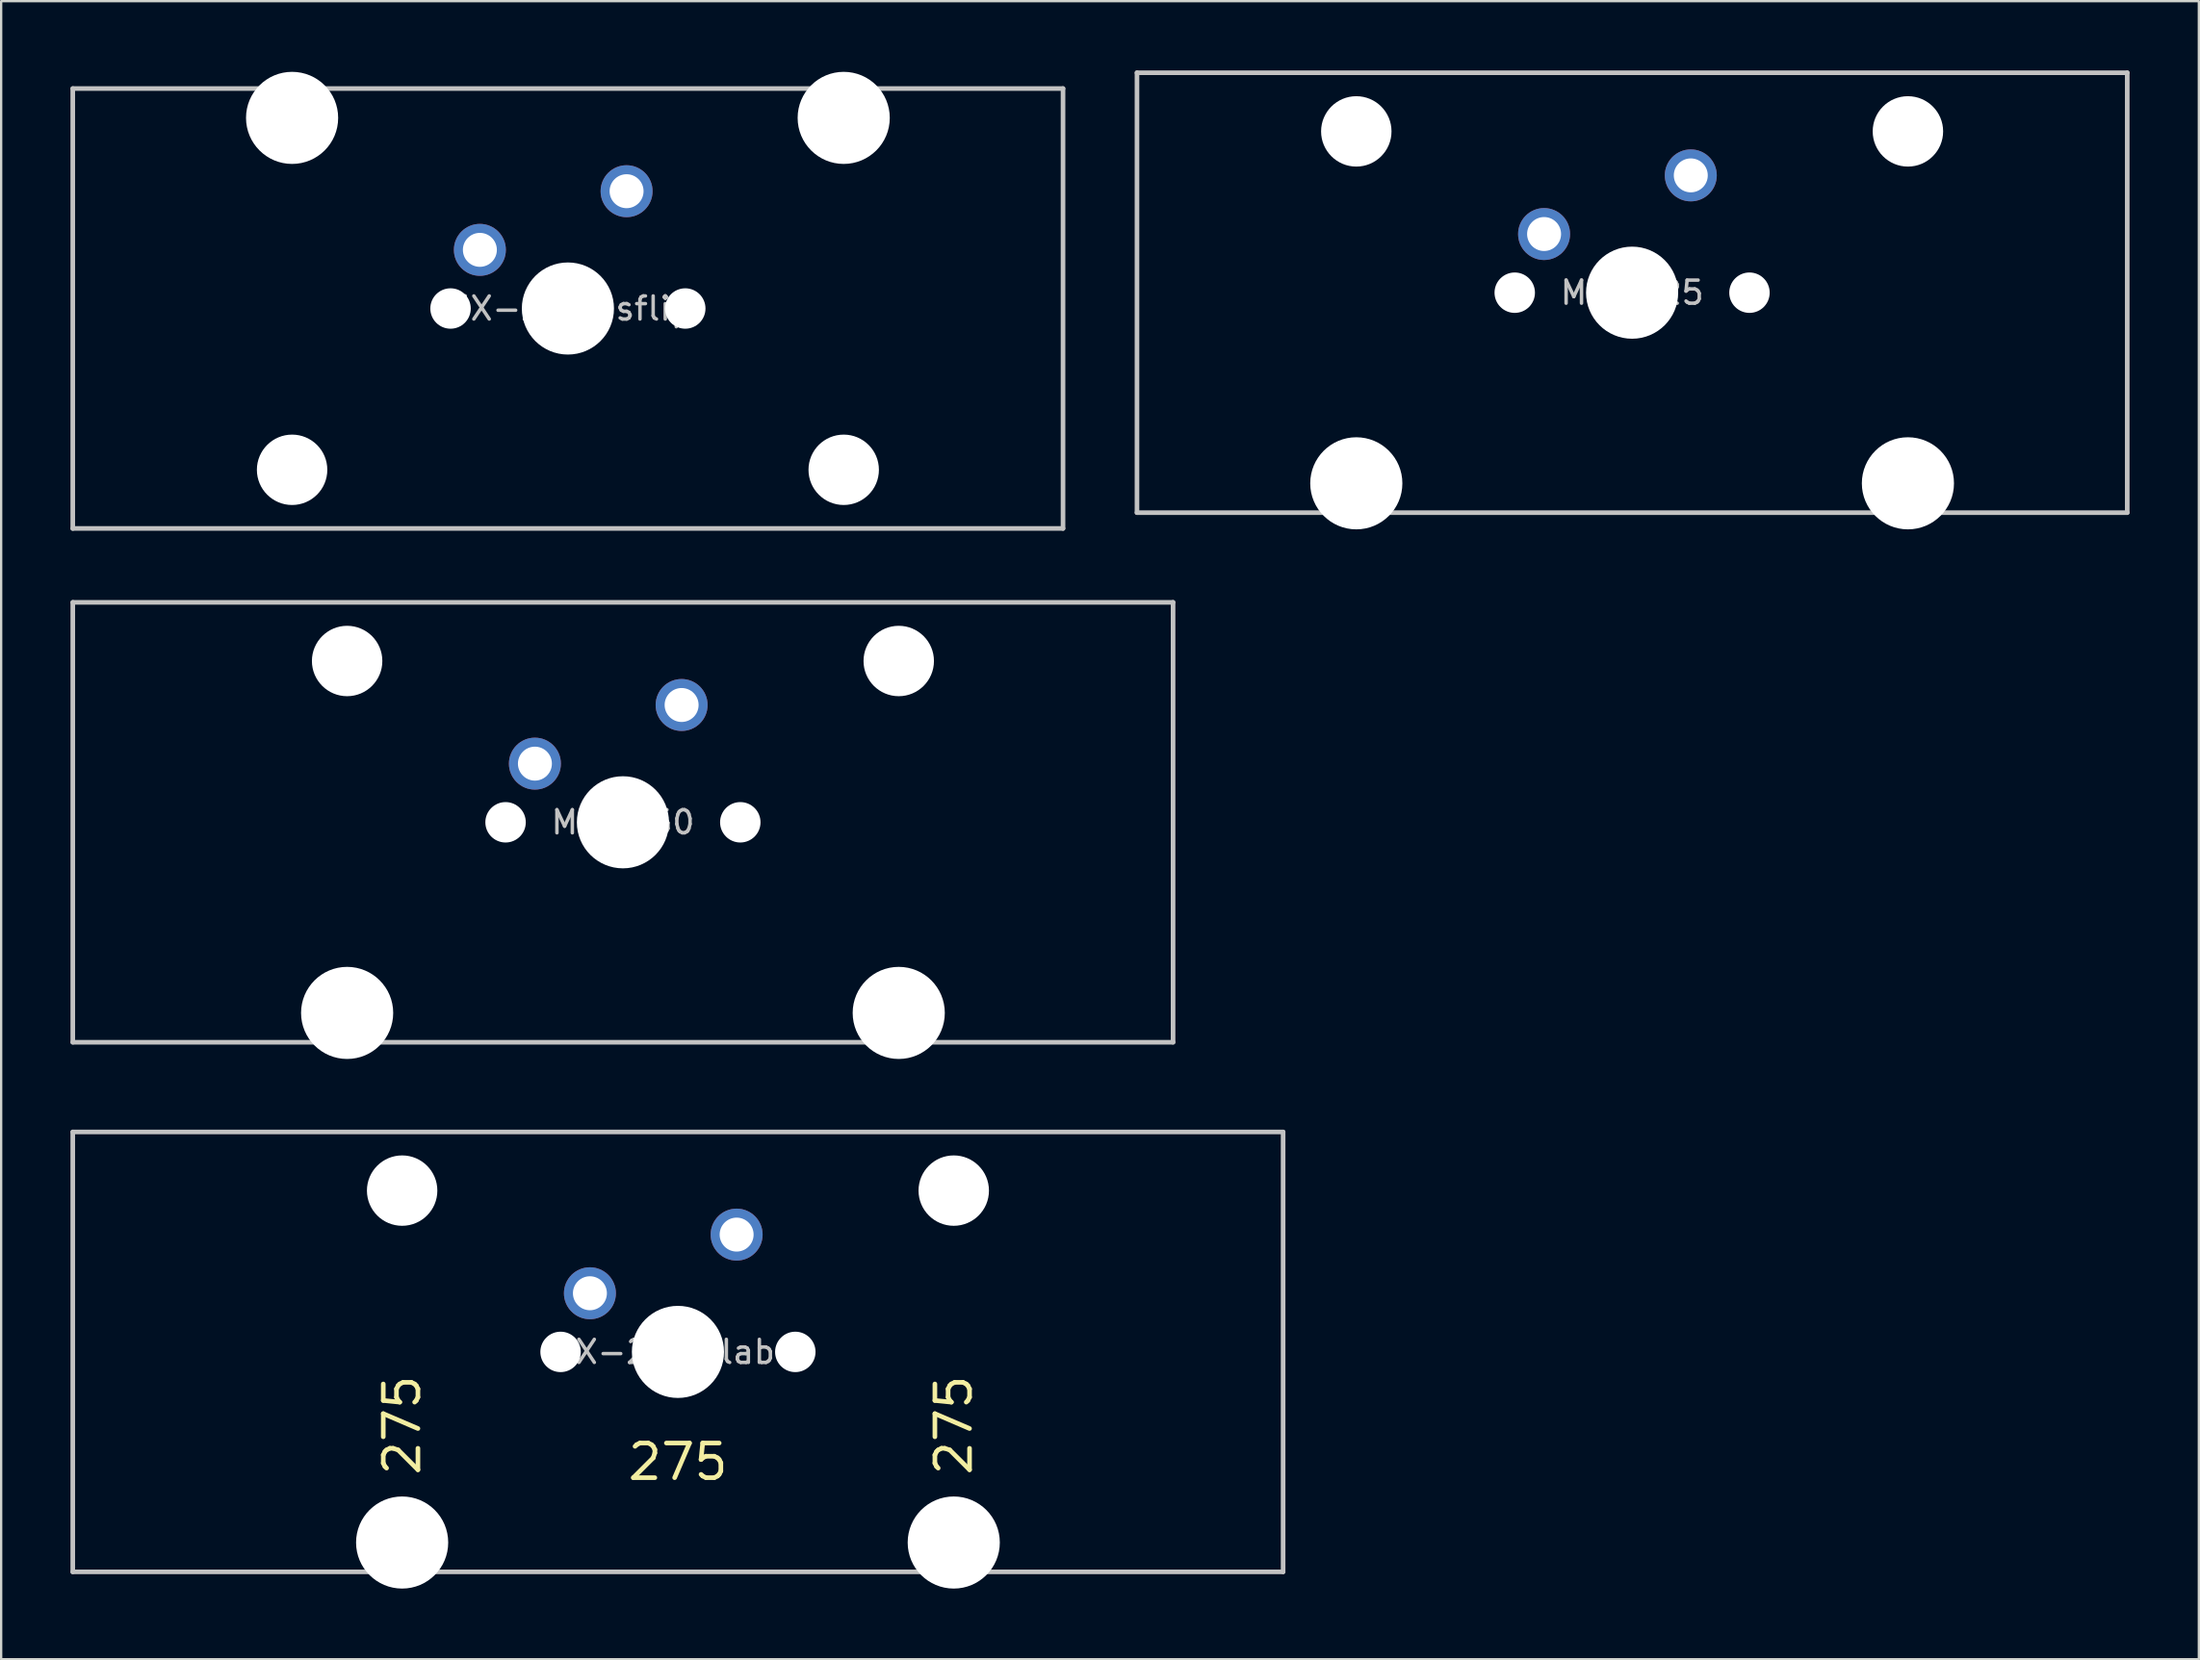
<source format=kicad_pcb>
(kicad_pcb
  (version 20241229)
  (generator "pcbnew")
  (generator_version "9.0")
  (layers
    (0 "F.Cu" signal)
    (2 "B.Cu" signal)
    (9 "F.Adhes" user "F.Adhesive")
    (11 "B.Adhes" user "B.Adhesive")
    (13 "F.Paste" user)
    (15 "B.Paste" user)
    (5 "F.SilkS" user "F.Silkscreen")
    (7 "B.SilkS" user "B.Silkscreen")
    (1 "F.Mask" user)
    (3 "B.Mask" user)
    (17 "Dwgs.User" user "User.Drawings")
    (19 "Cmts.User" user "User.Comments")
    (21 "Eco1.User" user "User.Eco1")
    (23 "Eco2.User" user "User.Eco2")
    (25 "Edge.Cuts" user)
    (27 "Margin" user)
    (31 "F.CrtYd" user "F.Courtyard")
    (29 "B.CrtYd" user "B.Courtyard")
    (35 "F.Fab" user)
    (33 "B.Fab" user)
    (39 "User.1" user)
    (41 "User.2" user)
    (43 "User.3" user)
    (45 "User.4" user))
  (footprint "MX-225"
    (layer "F.Cu")
    (at 67.594 9.625)
    (property "Reference" "MX-225" (at 0 0 0) (layer "Dwgs.User") (effects (font (size 1 1) (thickness 0.15))))
    (attr through_hole)
    (fp_line (start -21.431 9.525) (end -21.431 -9.525) (stroke (width 0.2) (type solid)) (layer "Dwgs.User"))
    (fp_line (start 21.431 -9.525) (end -21.431 -9.525) (stroke (width 0.2) (type solid)) (layer "Dwgs.User"))
    (fp_line (start 21.431 -9.525) (end 21.431 9.525) (stroke (width 0.2) (type solid)) (layer "Dwgs.User"))
    (fp_line (start 21.431 9.525) (end -21.431 9.525) (stroke (width 0.2) (type solid)) (layer "Dwgs.User"))
    (fp_line (start -15.368 -8.95) (end -15.368 10.25) (stroke (width 0.12) (type solid)) (layer "Eco1.User"))
    (fp_line (start -15.368 10.25) (end 15.368 10.25) (stroke (width 0.12) (type solid)) (layer "Eco1.User"))
    (fp_line (start -8.508 -8.95) (end -15.368 -8.95) (stroke (width 0.12) (type solid)) (layer "Eco1.User"))
    (fp_line (start -8.508 7) (end -8.508 -8.95) (stroke (width 0.12) (type solid)) (layer "Eco1.User"))
    (fp_line (start -7 -7) (end -7 7) (stroke (width 0.12) (type solid)) (layer "Eco1.User"))
    (fp_line (start -7 -7) (end 7 -7) (stroke (width 0.12) (type solid)) (layer "Eco1.User"))
    (fp_line (start -7 7) (end -8.508 7) (stroke (width 0.12) (type solid)) (layer "Eco1.User"))
    (fp_line (start 7 -7) (end 7 7) (stroke (width 0.12) (type solid)) (layer "Eco1.User"))
    (fp_line (start 8.508 -8.95) (end 8.508 7) (stroke (width 0.12) (type solid)) (layer "Eco1.User"))
    (fp_line (start 8.508 7) (end 7 7) (stroke (width 0.12) (type solid)) (layer "Eco1.User"))
    (fp_line (start 15.368 -8.95) (end 8.508 -8.95) (stroke (width 0.12) (type solid)) (layer "Eco1.User"))
    (fp_line (start 15.368 10.25) (end 15.368 -8.95) (stroke (width 0.12) (type solid)) (layer "Eco1.User"))
    (fp_circle (center -11.938 -6.985) (end -9.438 -6.985) (stroke (width 0.12) (type solid)) (fill no) (layer "Eco2.User"))
    (fp_circle (center 11.938 -6.985) (end 14.438 -6.985) (stroke (width 0.12) (type solid)) (fill no) (layer "Eco2.User"))
    (pad "" np_thru_hole circle (at -11.938 -6.985) (size 3.048 3.048) (drill 3.048) (layers "*.Cu" "*.Mask"))
    (pad "" np_thru_hole circle (at -11.938 8.255) (size 3.988 3.988) (drill 3.988) (layers "*.Cu" "*.Mask"))
    (pad "" np_thru_hole circle (at -5.08 0) (size 1.75 1.75) (drill 1.75) (layers "*.Cu" "*.Mask"))
    (pad "" np_thru_hole circle (at 0 0) (size 3.988 3.988) (drill 3.988) (layers "*.Cu" "*.Mask"))
    (pad "" np_thru_hole circle (at 5.08 0) (size 1.75 1.75) (drill 1.75) (layers "*.Cu" "*.Mask"))
    (pad "" np_thru_hole circle (at 11.938 -6.985) (size 3.048 3.048) (drill 3.048) (layers "*.Cu" "*.Mask"))
    (pad "" np_thru_hole circle (at 11.938 8.255) (size 3.988 3.988) (drill 3.988) (layers "*.Cu" "*.Mask"))
    (pad "1" thru_hole circle (at 2.54 -5.08) (size 2.25 2.25) (drill 1.47) (layers "*.Cu" "B.Mask"))
    (pad "2" thru_hole circle (at -3.81 -2.54) (size 2.25 2.25) (drill 1.47) (layers "*.Cu" "B.Mask")))
  (footprint "MX-250"
    (layer "F.Cu")
    (at 23.913 32.56)
    (property "Reference" "MX-250" (at 0 0 0) (layer "Dwgs.User") (effects (font (size 1 1) (thickness 0.15))))
    (attr through_hole)
    (fp_line (start -23.812 9.525) (end -23.812 -9.525) (stroke (width 0.2) (type solid)) (layer "Dwgs.User"))
    (fp_line (start 23.812 -9.525) (end -23.812 -9.525) (stroke (width 0.2) (type solid)) (layer "Dwgs.User"))
    (fp_line (start 23.812 -9.525) (end 23.812 9.525) (stroke (width 0.2) (type solid)) (layer "Dwgs.User"))
    (fp_line (start 23.812 9.525) (end -23.812 9.525) (stroke (width 0.2) (type solid)) (layer "Dwgs.User"))
    (fp_line (start -15.368 -8.95) (end -15.368 10.25) (stroke (width 0.12) (type solid)) (layer "Eco1.User"))
    (fp_line (start -15.368 10.25) (end 15.368 10.25) (stroke (width 0.12) (type solid)) (layer "Eco1.User"))
    (fp_line (start -8.508 -8.95) (end -15.368 -8.95) (stroke (width 0.12) (type solid)) (layer "Eco1.User"))
    (fp_line (start -8.508 7) (end -8.508 -8.95) (stroke (width 0.12) (type solid)) (layer "Eco1.User"))
    (fp_line (start -7 -7) (end -7 7) (stroke (width 0.12) (type solid)) (layer "Eco1.User"))
    (fp_line (start -7 -7) (end 7 -7) (stroke (width 0.12) (type solid)) (layer "Eco1.User"))
    (fp_line (start -7 7) (end -8.508 7) (stroke (width 0.12) (type solid)) (layer "Eco1.User"))
    (fp_line (start 7 -7) (end 7 7) (stroke (width 0.12) (type solid)) (layer "Eco1.User"))
    (fp_line (start 8.508 -8.95) (end 8.508 7) (stroke (width 0.12) (type solid)) (layer "Eco1.User"))
    (fp_line (start 8.508 7) (end 7 7) (stroke (width 0.12) (type solid)) (layer "Eco1.User"))
    (fp_line (start 15.368 -8.95) (end 8.508 -8.95) (stroke (width 0.12) (type solid)) (layer "Eco1.User"))
    (fp_line (start 15.368 10.25) (end 15.368 -8.95) (stroke (width 0.12) (type solid)) (layer "Eco1.User"))
    (fp_circle (center -11.938 -6.985) (end -9.438 -6.985) (stroke (width 0.12) (type solid)) (fill no) (layer "Eco2.User"))
    (fp_circle (center 11.938 -6.985) (end 14.438 -6.985) (stroke (width 0.12) (type solid)) (fill no) (layer "Eco2.User"))
    (pad "" np_thru_hole circle (at -11.938 -6.985) (size 3.048 3.048) (drill 3.048) (layers "*.Cu" "*.Mask"))
    (pad "" np_thru_hole circle (at -11.938 8.255) (size 3.988 3.988) (drill 3.988) (layers "*.Cu" "*.Mask"))
    (pad "" np_thru_hole circle (at -5.08 0) (size 1.75 1.75) (drill 1.75) (layers "*.Cu" "*.Mask"))
    (pad "" np_thru_hole circle (at 0 0) (size 3.988 3.988) (drill 3.988) (layers "*.Cu" "*.Mask"))
    (pad "" np_thru_hole circle (at 5.08 0) (size 1.75 1.75) (drill 1.75) (layers "*.Cu" "*.Mask"))
    (pad "" np_thru_hole circle (at 11.938 -6.985) (size 3.048 3.048) (drill 3.048) (layers "*.Cu" "*.Mask"))
    (pad "" np_thru_hole circle (at 11.938 8.255) (size 3.988 3.988) (drill 3.988) (layers "*.Cu" "*.Mask"))
    (pad "1" thru_hole circle (at 2.54 -5.08) (size 2.25 2.25) (drill 1.47) (layers "*.Cu" "B.Mask"))
    (pad "2" thru_hole circle (at -3.81 -2.54) (size 2.25 2.25) (drill 1.47) (layers "*.Cu" "B.Mask")))
  (footprint "MX-275-label"
    (layer "F.Cu")
    (at 26.294 55.495)
    (property "Reference" "MX-275-label" (at 0 0 0) (layer "Dwgs.User") (effects (font (size 1 1) (thickness 0.15))))
    (attr through_hole)
    (fp_line (start -26.194 9.525) (end -26.194 -9.525) (stroke (width 0.2) (type solid)) (layer "Dwgs.User"))
    (fp_line (start 26.194 -9.525) (end -26.194 -9.525) (stroke (width 0.2) (type solid)) (layer "Dwgs.User"))
    (fp_line (start 26.194 -9.525) (end 26.194 9.525) (stroke (width 0.2) (type solid)) (layer "Dwgs.User"))
    (fp_line (start 26.194 9.525) (end -26.194 9.525) (stroke (width 0.2) (type solid)) (layer "Dwgs.User"))
    (fp_line (start -15.368 -8.95) (end -15.368 10.25) (stroke (width 0.12) (type solid)) (layer "Eco1.User"))
    (fp_line (start -15.368 10.25) (end 15.368 10.25) (stroke (width 0.12) (type solid)) (layer "Eco1.User"))
    (fp_line (start -8.508 -8.95) (end -15.368 -8.95) (stroke (width 0.12) (type solid)) (layer "Eco1.User"))
    (fp_line (start -8.508 7) (end -8.508 -8.95) (stroke (width 0.12) (type solid)) (layer "Eco1.User"))
    (fp_line (start -7 -7) (end -7 7) (stroke (width 0.12) (type solid)) (layer "Eco1.User"))
    (fp_line (start -7 -7) (end 7 -7) (stroke (width 0.12) (type solid)) (layer "Eco1.User"))
    (fp_line (start -7 7) (end -8.508 7) (stroke (width 0.12) (type solid)) (layer "Eco1.User"))
    (fp_line (start 7 -7) (end 7 7) (stroke (width 0.12) (type solid)) (layer "Eco1.User"))
    (fp_line (start 8.508 -8.95) (end 8.508 7) (stroke (width 0.12) (type solid)) (layer "Eco1.User"))
    (fp_line (start 8.508 7) (end 7 7) (stroke (width 0.12) (type solid)) (layer "Eco1.User"))
    (fp_line (start 15.368 -8.95) (end 8.508 -8.95) (stroke (width 0.12) (type solid)) (layer "Eco1.User"))
    (fp_line (start 15.368 10.25) (end 15.368 -8.95) (stroke (width 0.12) (type solid)) (layer "Eco1.User"))
    (fp_circle (center -11.938 -6.985) (end -9.438 -6.985) (stroke (width 0.12) (type solid)) (fill no) (layer "Eco2.User"))
    (fp_circle (center 11.938 -6.985) (end 14.438 -6.985) (stroke (width 0.12) (type solid)) (fill no) (layer "Eco2.User"))
    (fp_text user "275" (at 11.938 3.175 90) (layer "F.SilkS") (effects (font (size 1.5 1.5) (thickness 0.2))))
    (fp_text user "275" (at 0 4.763 0) (layer "F.SilkS") (effects (font (size 1.5 1.5) (thickness 0.2))))
    (fp_text user "275" (at -11.938 3.175 90) (layer "F.SilkS") (effects (font (size 1.5 1.5) (thickness 0.2))))
    (pad "" np_thru_hole circle (at -11.938 -6.985) (size 3.048 3.048) (drill 3.048) (layers "*.Cu" "*.Mask"))
    (pad "" np_thru_hole circle (at -11.938 8.255) (size 3.988 3.988) (drill 3.988) (layers "*.Cu" "*.Mask"))
    (pad "" np_thru_hole circle (at -5.08 0) (size 1.75 1.75) (drill 1.75) (layers "*.Cu" "*.Mask"))
    (pad "" np_thru_hole circle (at 0 0) (size 3.988 3.988) (drill 3.988) (layers "*.Cu" "*.Mask"))
    (pad "" np_thru_hole circle (at 5.08 0) (size 1.75 1.75) (drill 1.75) (layers "*.Cu" "*.Mask"))
    (pad "" np_thru_hole circle (at 11.938 -6.985) (size 3.048 3.048) (drill 3.048) (layers "*.Cu" "*.Mask"))
    (pad "" np_thru_hole circle (at 11.938 8.255) (size 3.988 3.988) (drill 3.988) (layers "*.Cu" "*.Mask"))
    (pad "1" thru_hole circle (at 2.54 -5.08) (size 2.25 2.25) (drill 1.47) (layers "*.Cu" "B.Mask"))
    (pad "2" thru_hole circle (at -3.81 -2.54) (size 2.25 2.25) (drill 1.47) (layers "*.Cu" "B.Mask")))
  (footprint "MX-225-sflip"
    (layer "F.Cu")
    (at 21.531 10.31)
    (property "Reference" "MX-225-sflip" (at 0 0 0) (layer "Dwgs.User") (effects (font (size 1 1) (thickness 0.15))))
    (attr through_hole)
    (fp_line (start -21.431 -9.525) (end 21.431 -9.525) (stroke (width 0.2) (type solid)) (layer "Dwgs.User"))
    (fp_line (start -21.431 9.525) (end -21.431 -9.525) (stroke (width 0.2) (type solid)) (layer "Dwgs.User"))
    (fp_line (start -21.431 9.525) (end 21.431 9.525) (stroke (width 0.2) (type solid)) (layer "Dwgs.User"))
    (fp_line (start 21.431 -9.525) (end 21.431 9.525) (stroke (width 0.2) (type solid)) (layer "Dwgs.User"))
    (fp_line (start -15.368 -10.25) (end -15.368 8.95) (stroke (width 0.12) (type solid)) (layer "Eco1.User"))
    (fp_line (start -15.368 8.95) (end -8.508 8.95) (stroke (width 0.12) (type solid)) (layer "Eco1.User"))
    (fp_line (start -8.508 -7) (end -7 -7) (stroke (width 0.12) (type solid)) (layer "Eco1.User"))
    (fp_line (start -8.508 8.95) (end -8.508 -7) (stroke (width 0.12) (type solid)) (layer "Eco1.User"))
    (fp_line (start -7 7) (end -7 -7) (stroke (width 0.12) (type solid)) (layer "Eco1.User"))
    (fp_line (start 7 -7) (end 8.508 -7) (stroke (width 0.12) (type solid)) (layer "Eco1.User"))
    (fp_line (start 7 7) (end -7 7) (stroke (width 0.12) (type solid)) (layer "Eco1.User"))
    (fp_line (start 7 7) (end 7 -7) (stroke (width 0.12) (type solid)) (layer "Eco1.User"))
    (fp_line (start 8.508 -7) (end 8.508 8.95) (stroke (width 0.12) (type solid)) (layer "Eco1.User"))
    (fp_line (start 8.508 8.95) (end 15.368 8.95) (stroke (width 0.12) (type solid)) (layer "Eco1.User"))
    (fp_line (start 15.368 -10.25) (end -15.368 -10.25) (stroke (width 0.12) (type solid)) (layer "Eco1.User"))
    (fp_line (start 15.368 8.95) (end 15.368 -10.25) (stroke (width 0.12) (type solid)) (layer "Eco1.User"))
    (fp_circle (center -11.938 6.985) (end -14.438 6.985) (stroke (width 0.12) (type solid)) (fill no) (layer "Eco2.User"))
    (fp_circle (center 11.938 6.985) (end 9.438 6.985) (stroke (width 0.12) (type solid)) (fill no) (layer "Eco2.User"))
    (pad "" np_thru_hole circle (at -11.938 -8.255 180) (size 3.988 3.988) (drill 3.988) (layers "*.Cu" "*.Mask"))
    (pad "" np_thru_hole circle (at -11.938 6.985 180) (size 3.048 3.048) (drill 3.048) (layers "*.Cu" "*.Mask"))
    (pad "" np_thru_hole circle (at -5.08 0) (size 1.75 1.75) (drill 1.75) (layers "*.Cu" "*.Mask"))
    (pad "" np_thru_hole circle (at 0 0) (size 3.988 3.988) (drill 3.988) (layers "*.Cu" "*.Mask"))
    (pad "" np_thru_hole circle (at 5.08 0) (size 1.75 1.75) (drill 1.75) (layers "*.Cu" "*.Mask"))
    (pad "" np_thru_hole circle (at 11.938 -8.255 180) (size 3.988 3.988) (drill 3.988) (layers "*.Cu" "*.Mask"))
    (pad "" np_thru_hole circle (at 11.938 6.985 180) (size 3.048 3.048) (drill 3.048) (layers "*.Cu" "*.Mask"))
    (pad "1" thru_hole circle (at 2.54 -5.08) (size 2.25 2.25) (drill 1.47) (layers "*.Cu" "B.Mask"))
    (pad "2" thru_hole circle (at -3.81 -2.54) (size 2.25 2.25) (drill 1.47) (layers "*.Cu" "B.Mask")))
  (gr_rect
    (start -3 -3)
    (end 92.125 68.805)
    (stroke (width 0.1) (type default))
    (fill no)
    (layer "Edge.Cuts")))
</source>
